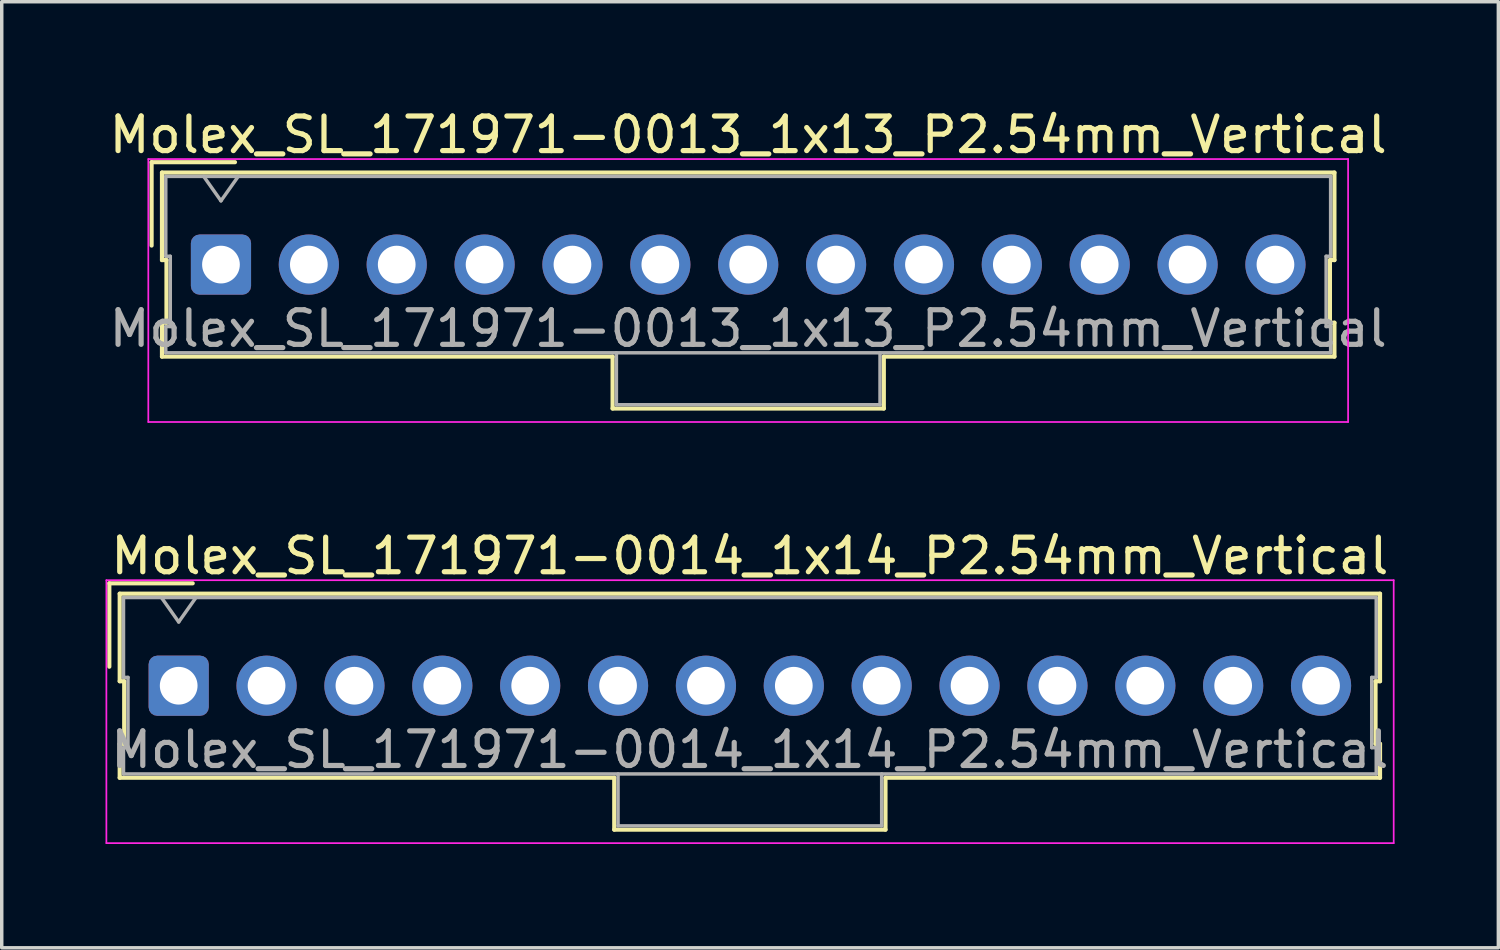
<source format=kicad_pcb>
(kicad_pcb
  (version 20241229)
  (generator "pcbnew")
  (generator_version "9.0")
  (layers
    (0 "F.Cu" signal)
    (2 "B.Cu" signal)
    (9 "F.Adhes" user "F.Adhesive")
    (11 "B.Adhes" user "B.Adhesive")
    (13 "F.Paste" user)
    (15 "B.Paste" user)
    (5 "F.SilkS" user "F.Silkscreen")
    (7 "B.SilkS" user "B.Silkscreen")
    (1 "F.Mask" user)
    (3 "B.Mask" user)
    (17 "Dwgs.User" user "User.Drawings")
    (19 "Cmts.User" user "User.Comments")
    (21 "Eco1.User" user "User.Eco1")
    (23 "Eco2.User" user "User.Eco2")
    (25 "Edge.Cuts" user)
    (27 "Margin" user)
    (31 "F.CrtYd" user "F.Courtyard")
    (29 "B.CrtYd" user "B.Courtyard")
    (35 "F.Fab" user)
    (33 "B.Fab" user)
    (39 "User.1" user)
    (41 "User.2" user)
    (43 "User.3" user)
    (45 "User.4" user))
  (footprint "Molex_SL_171971-0014_1x14_P2.54mm_Vertical"
    (layer "F.Cu")
    (at 2.115 16.771)
    (property "Reference" "Molex_SL_171971-0014_1x14_P2.54mm_Vertical" (at 16.51 -3.75 0) (layer "F.SilkS") (effects (font (size 1 1) (thickness 0.15))))
    (attr through_hole)
    (fp_line (start -2.005 -2.96) (end 0.405 -2.96) (stroke (width 0.12) (type solid)) (layer "F.SilkS"))
    (fp_line (start -2.005 -0.55) (end -2.005 -2.96) (stroke (width 0.12) (type solid)) (layer "F.SilkS"))
    (fp_line (start -1.705 -2.66) (end -1.705 -0.13) (stroke (width 0.12) (type solid)) (layer "F.SilkS"))
    (fp_line (start -1.705 -0.13) (end -1.575 -0.13) (stroke (width 0.12) (type solid)) (layer "F.SilkS"))
    (fp_line (start -1.705 1.68) (end -1.705 2.66) (stroke (width 0.12) (type solid)) (layer "F.SilkS"))
    (fp_line (start -1.705 2.66) (end 12.59 2.66) (stroke (width 0.12) (type solid)) (layer "F.SilkS"))
    (fp_line (start -1.575 -0.13) (end -1.575 1.68) (stroke (width 0.12) (type solid)) (layer "F.SilkS"))
    (fp_line (start -1.575 1.68) (end -1.705 1.68) (stroke (width 0.12) (type solid)) (layer "F.SilkS"))
    (fp_line (start 12.59 2.66) (end 12.59 4.16) (stroke (width 0.12) (type solid)) (layer "F.SilkS"))
    (fp_line (start 12.59 4.16) (end 20.43 4.16) (stroke (width 0.12) (type solid)) (layer "F.SilkS"))
    (fp_line (start 20.43 2.66) (end 34.725 2.66) (stroke (width 0.12) (type solid)) (layer "F.SilkS"))
    (fp_line (start 20.43 4.16) (end 20.43 2.66) (stroke (width 0.12) (type solid)) (layer "F.SilkS"))
    (fp_line (start 34.595 -0.13) (end 34.725 -0.13) (stroke (width 0.12) (type solid)) (layer "F.SilkS"))
    (fp_line (start 34.595 1.68) (end 34.595 -0.13) (stroke (width 0.12) (type solid)) (layer "F.SilkS"))
    (fp_line (start 34.725 -2.66) (end -1.705 -2.66) (stroke (width 0.12) (type solid)) (layer "F.SilkS"))
    (fp_line (start 34.725 -0.13) (end 34.725 -2.66) (stroke (width 0.12) (type solid)) (layer "F.SilkS"))
    (fp_line (start 34.725 1.68) (end 34.595 1.68) (stroke (width 0.12) (type solid)) (layer "F.SilkS"))
    (fp_line (start 34.725 2.66) (end 34.725 1.68) (stroke (width 0.12) (type solid)) (layer "F.SilkS"))
    (fp_line (start -2.09 -3.05) (end -2.09 4.55) (stroke (width 0.05) (type solid)) (layer "F.CrtYd"))
    (fp_line (start -2.09 4.55) (end 35.12 4.55) (stroke (width 0.05) (type solid)) (layer "F.CrtYd"))
    (fp_line (start 35.12 -3.05) (end -2.09 -3.05) (stroke (width 0.05) (type solid)) (layer "F.CrtYd"))
    (fp_line (start 35.12 4.55) (end 35.12 -3.05) (stroke (width 0.05) (type solid)) (layer "F.CrtYd"))
    (fp_line (start -1.595 -2.55) (end -1.595 -0.24) (stroke (width 0.1) (type solid)) (layer "F.Fab"))
    (fp_line (start -1.595 -0.24) (end -1.465 -0.24) (stroke (width 0.1) (type solid)) (layer "F.Fab"))
    (fp_line (start -1.595 1.79) (end -1.595 2.55) (stroke (width 0.1) (type solid)) (layer "F.Fab"))
    (fp_line (start -1.595 2.55) (end 34.615 2.55) (stroke (width 0.1) (type solid)) (layer "F.Fab"))
    (fp_line (start -1.465 -0.24) (end -1.465 1.79) (stroke (width 0.1) (type solid)) (layer "F.Fab"))
    (fp_line (start -1.465 1.79) (end -1.595 1.79) (stroke (width 0.1) (type solid)) (layer "F.Fab"))
    (fp_line (start 0 -1.843) (end -0.5 -2.55) (stroke (width 0.1) (type solid)) (layer "F.Fab"))
    (fp_line (start 0.5 -2.55) (end 0 -1.843) (stroke (width 0.1) (type solid)) (layer "F.Fab"))
    (fp_line (start 12.7 2.55) (end 12.7 4.05) (stroke (width 0.1) (type solid)) (layer "F.Fab"))
    (fp_line (start 12.7 4.05) (end 20.32 4.05) (stroke (width 0.1) (type solid)) (layer "F.Fab"))
    (fp_line (start 20.32 4.05) (end 20.32 2.55) (stroke (width 0.1) (type solid)) (layer "F.Fab"))
    (fp_line (start 34.485 -0.24) (end 34.615 -0.24) (stroke (width 0.1) (type solid)) (layer "F.Fab"))
    (fp_line (start 34.485 1.79) (end 34.485 -0.24) (stroke (width 0.1) (type solid)) (layer "F.Fab"))
    (fp_line (start 34.615 -2.55) (end -1.595 -2.55) (stroke (width 0.1) (type solid)) (layer "F.Fab"))
    (fp_line (start 34.615 -0.24) (end 34.615 -2.55) (stroke (width 0.1) (type solid)) (layer "F.Fab"))
    (fp_line (start 34.615 1.79) (end 34.485 1.79) (stroke (width 0.1) (type solid)) (layer "F.Fab"))
    (fp_line (start 34.615 2.55) (end 34.615 1.79) (stroke (width 0.1) (type solid)) (layer "F.Fab"))
    (fp_text user "${REFERENCE}" (at 16.51 1.85 0) (layer "F.Fab") (effects (font (size 1 1) (thickness 0.15))))
    (pad "1" thru_hole roundrect (at 0 0) (size 1.74 1.74) (drill 1.09) (layers "*.Cu" "*.Mask") (roundrect_rratio 0.144))
    (pad "2" thru_hole circle (at 2.54 0) (size 1.74 1.74) (drill 1.09) (layers "*.Cu" "*.Mask"))
    (pad "3" thru_hole circle (at 5.08 0) (size 1.74 1.74) (drill 1.09) (layers "*.Cu" "*.Mask"))
    (pad "4" thru_hole circle (at 7.62 0) (size 1.74 1.74) (drill 1.09) (layers "*.Cu" "*.Mask"))
    (pad "5" thru_hole circle (at 10.16 0) (size 1.74 1.74) (drill 1.09) (layers "*.Cu" "*.Mask"))
    (pad "6" thru_hole circle (at 12.7 0) (size 1.74 1.74) (drill 1.09) (layers "*.Cu" "*.Mask"))
    (pad "7" thru_hole circle (at 15.24 0) (size 1.74 1.74) (drill 1.09) (layers "*.Cu" "*.Mask"))
    (pad "8" thru_hole circle (at 17.78 0) (size 1.74 1.74) (drill 1.09) (layers "*.Cu" "*.Mask"))
    (pad "9" thru_hole circle (at 20.32 0) (size 1.74 1.74) (drill 1.09) (layers "*.Cu" "*.Mask"))
    (pad "10" thru_hole circle (at 22.86 0) (size 1.74 1.74) (drill 1.09) (layers "*.Cu" "*.Mask"))
    (pad "11" thru_hole circle (at 25.4 0) (size 1.74 1.74) (drill 1.09) (layers "*.Cu" "*.Mask"))
    (pad "12" thru_hole circle (at 27.94 0) (size 1.74 1.74) (drill 1.09) (layers "*.Cu" "*.Mask"))
    (pad "13" thru_hole circle (at 30.48 0) (size 1.74 1.74) (drill 1.09) (layers "*.Cu" "*.Mask"))
    (pad "14" thru_hole circle (at 33.02 0) (size 1.74 1.74) (drill 1.09) (layers "*.Cu" "*.Mask")))
  (footprint "Molex_SL_171971-0013_1x13_P2.54mm_Vertical"
    (layer "F.Cu")
    (at 3.337 4.598)
    (property "Reference" "Molex_SL_171971-0013_1x13_P2.54mm_Vertical" (at 15.24 -3.75 0) (layer "F.SilkS") (effects (font (size 1 1) (thickness 0.15))))
    (attr through_hole)
    (fp_line (start -2.005 -2.96) (end 0.405 -2.96) (stroke (width 0.12) (type solid)) (layer "F.SilkS"))
    (fp_line (start -2.005 -0.55) (end -2.005 -2.96) (stroke (width 0.12) (type solid)) (layer "F.SilkS"))
    (fp_line (start -1.705 -2.66) (end -1.705 -0.13) (stroke (width 0.12) (type solid)) (layer "F.SilkS"))
    (fp_line (start -1.705 -0.13) (end -1.575 -0.13) (stroke (width 0.12) (type solid)) (layer "F.SilkS"))
    (fp_line (start -1.705 1.68) (end -1.705 2.66) (stroke (width 0.12) (type solid)) (layer "F.SilkS"))
    (fp_line (start -1.705 2.66) (end 11.32 2.66) (stroke (width 0.12) (type solid)) (layer "F.SilkS"))
    (fp_line (start -1.575 -0.13) (end -1.575 1.68) (stroke (width 0.12) (type solid)) (layer "F.SilkS"))
    (fp_line (start -1.575 1.68) (end -1.705 1.68) (stroke (width 0.12) (type solid)) (layer "F.SilkS"))
    (fp_line (start 11.32 2.66) (end 11.32 4.16) (stroke (width 0.12) (type solid)) (layer "F.SilkS"))
    (fp_line (start 11.32 4.16) (end 19.16 4.16) (stroke (width 0.12) (type solid)) (layer "F.SilkS"))
    (fp_line (start 19.16 2.66) (end 32.185 2.66) (stroke (width 0.12) (type solid)) (layer "F.SilkS"))
    (fp_line (start 19.16 4.16) (end 19.16 2.66) (stroke (width 0.12) (type solid)) (layer "F.SilkS"))
    (fp_line (start 32.055 -0.13) (end 32.185 -0.13) (stroke (width 0.12) (type solid)) (layer "F.SilkS"))
    (fp_line (start 32.055 1.68) (end 32.055 -0.13) (stroke (width 0.12) (type solid)) (layer "F.SilkS"))
    (fp_line (start 32.185 -2.66) (end -1.705 -2.66) (stroke (width 0.12) (type solid)) (layer "F.SilkS"))
    (fp_line (start 32.185 -0.13) (end 32.185 -2.66) (stroke (width 0.12) (type solid)) (layer "F.SilkS"))
    (fp_line (start 32.185 1.68) (end 32.055 1.68) (stroke (width 0.12) (type solid)) (layer "F.SilkS"))
    (fp_line (start 32.185 2.66) (end 32.185 1.68) (stroke (width 0.12) (type solid)) (layer "F.SilkS"))
    (fp_line (start -2.1 -3.05) (end -2.1 4.55) (stroke (width 0.05) (type solid)) (layer "F.CrtYd"))
    (fp_line (start -2.1 4.55) (end 32.58 4.55) (stroke (width 0.05) (type solid)) (layer "F.CrtYd"))
    (fp_line (start 32.58 -3.05) (end -2.1 -3.05) (stroke (width 0.05) (type solid)) (layer "F.CrtYd"))
    (fp_line (start 32.58 4.55) (end 32.58 -3.05) (stroke (width 0.05) (type solid)) (layer "F.CrtYd"))
    (fp_line (start -1.595 -2.55) (end -1.595 -0.24) (stroke (width 0.1) (type solid)) (layer "F.Fab"))
    (fp_line (start -1.595 -0.24) (end -1.465 -0.24) (stroke (width 0.1) (type solid)) (layer "F.Fab"))
    (fp_line (start -1.595 1.79) (end -1.595 2.55) (stroke (width 0.1) (type solid)) (layer "F.Fab"))
    (fp_line (start -1.595 2.55) (end 32.075 2.55) (stroke (width 0.1) (type solid)) (layer "F.Fab"))
    (fp_line (start -1.465 -0.24) (end -1.465 1.79) (stroke (width 0.1) (type solid)) (layer "F.Fab"))
    (fp_line (start -1.465 1.79) (end -1.595 1.79) (stroke (width 0.1) (type solid)) (layer "F.Fab"))
    (fp_line (start 0 -1.843) (end -0.5 -2.55) (stroke (width 0.1) (type solid)) (layer "F.Fab"))
    (fp_line (start 0.5 -2.55) (end 0 -1.843) (stroke (width 0.1) (type solid)) (layer "F.Fab"))
    (fp_line (start 11.43 2.55) (end 11.43 4.05) (stroke (width 0.1) (type solid)) (layer "F.Fab"))
    (fp_line (start 11.43 4.05) (end 19.05 4.05) (stroke (width 0.1) (type solid)) (layer "F.Fab"))
    (fp_line (start 19.05 4.05) (end 19.05 2.55) (stroke (width 0.1) (type solid)) (layer "F.Fab"))
    (fp_line (start 31.945 -0.24) (end 32.075 -0.24) (stroke (width 0.1) (type solid)) (layer "F.Fab"))
    (fp_line (start 31.945 1.79) (end 31.945 -0.24) (stroke (width 0.1) (type solid)) (layer "F.Fab"))
    (fp_line (start 32.075 -2.55) (end -1.595 -2.55) (stroke (width 0.1) (type solid)) (layer "F.Fab"))
    (fp_line (start 32.075 -0.24) (end 32.075 -2.55) (stroke (width 0.1) (type solid)) (layer "F.Fab"))
    (fp_line (start 32.075 1.79) (end 31.945 1.79) (stroke (width 0.1) (type solid)) (layer "F.Fab"))
    (fp_line (start 32.075 2.55) (end 32.075 1.79) (stroke (width 0.1) (type solid)) (layer "F.Fab"))
    (fp_text user "${REFERENCE}" (at 15.24 1.85 0) (layer "F.Fab") (effects (font (size 1 1) (thickness 0.15))))
    (pad "1" thru_hole roundrect (at 0 0) (size 1.74 1.74) (drill 1.09) (layers "*.Cu" "*.Mask") (roundrect_rratio 0.144))
    (pad "2" thru_hole circle (at 2.54 0) (size 1.74 1.74) (drill 1.09) (layers "*.Cu" "*.Mask"))
    (pad "3" thru_hole circle (at 5.08 0) (size 1.74 1.74) (drill 1.09) (layers "*.Cu" "*.Mask"))
    (pad "4" thru_hole circle (at 7.62 0) (size 1.74 1.74) (drill 1.09) (layers "*.Cu" "*.Mask"))
    (pad "5" thru_hole circle (at 10.16 0) (size 1.74 1.74) (drill 1.09) (layers "*.Cu" "*.Mask"))
    (pad "6" thru_hole circle (at 12.7 0) (size 1.74 1.74) (drill 1.09) (layers "*.Cu" "*.Mask"))
    (pad "7" thru_hole circle (at 15.24 0) (size 1.74 1.74) (drill 1.09) (layers "*.Cu" "*.Mask"))
    (pad "8" thru_hole circle (at 17.78 0) (size 1.74 1.74) (drill 1.09) (layers "*.Cu" "*.Mask"))
    (pad "9" thru_hole circle (at 20.32 0) (size 1.74 1.74) (drill 1.09) (layers "*.Cu" "*.Mask"))
    (pad "10" thru_hole circle (at 22.86 0) (size 1.74 1.74) (drill 1.09) (layers "*.Cu" "*.Mask"))
    (pad "11" thru_hole circle (at 25.4 0) (size 1.74 1.74) (drill 1.09) (layers "*.Cu" "*.Mask"))
    (pad "12" thru_hole circle (at 27.94 0) (size 1.74 1.74) (drill 1.09) (layers "*.Cu" "*.Mask"))
    (pad "13" thru_hole circle (at 30.48 0) (size 1.74 1.74) (drill 1.09) (layers "*.Cu" "*.Mask")))
  (gr_rect
    (start -3 -3)
    (end 40.26 24.346)
    (stroke (width 0.1) (type default))
    (fill no)
    (layer "Edge.Cuts")))
</source>
